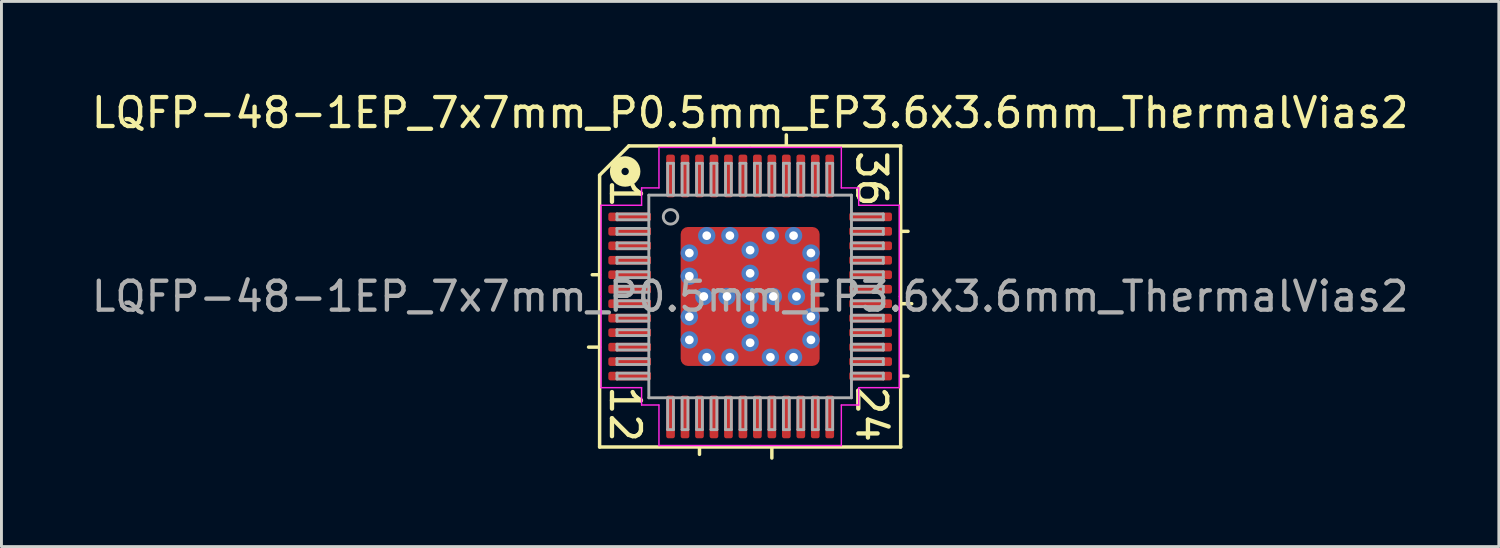
<source format=kicad_pcb>
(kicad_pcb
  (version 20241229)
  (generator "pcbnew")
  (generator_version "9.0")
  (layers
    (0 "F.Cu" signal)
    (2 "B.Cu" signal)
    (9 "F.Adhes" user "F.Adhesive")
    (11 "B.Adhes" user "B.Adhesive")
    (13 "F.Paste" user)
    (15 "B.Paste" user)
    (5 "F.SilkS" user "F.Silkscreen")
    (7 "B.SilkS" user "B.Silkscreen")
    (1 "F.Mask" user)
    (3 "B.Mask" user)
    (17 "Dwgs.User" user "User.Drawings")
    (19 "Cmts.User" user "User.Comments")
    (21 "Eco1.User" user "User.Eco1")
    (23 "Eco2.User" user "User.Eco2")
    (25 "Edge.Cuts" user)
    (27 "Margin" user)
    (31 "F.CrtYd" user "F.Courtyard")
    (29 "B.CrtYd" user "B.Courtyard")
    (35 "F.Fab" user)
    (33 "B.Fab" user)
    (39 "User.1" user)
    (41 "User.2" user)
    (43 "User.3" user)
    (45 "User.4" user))
  (footprint "LQFP-48-1EP_7x7mm_P0.5mm_EP3.6x3.6mm_ThermalVias2"
    (layer "F.Cu")
    (at 22.863 7.191)
    (property "Reference" "LQFP-48-1EP_7x7mm_P0.5mm_EP3.6x3.6mm_ThermalVias2" (at 0 -6.343 0) (layer "F.SilkS") (effects (font (size 1 1) (thickness 0.15))))
    (attr smd)
    (fp_line (start -5.2 -4.191) (end -5.2 5.2) (stroke (width 0.12) (type solid)) (layer "F.SilkS"))
    (fp_line (start -5.2 -0.75) (end -5.454 -0.75) (stroke (width 0.12) (type solid)) (layer "F.SilkS"))
    (fp_line (start -5.2 1.75) (end -5.581 1.75) (stroke (width 0.12) (type solid)) (layer "F.SilkS"))
    (fp_line (start -5.2 5.2) (end 5.2 5.2) (stroke (width 0.12) (type solid)) (layer "F.SilkS"))
    (fp_line (start -4.191 -5.2) (end -5.2 -4.191) (stroke (width 0.12) (type solid)) (layer "F.SilkS"))
    (fp_line (start -1.75 5.2) (end -1.75 5.454) (stroke (width 0.12) (type solid)) (layer "F.SilkS"))
    (fp_line (start -1.25 -5.2) (end -1.25 -5.454) (stroke (width 0.12) (type solid)) (layer "F.SilkS"))
    (fp_line (start 0.75 5.2) (end 0.75 5.581) (stroke (width 0.12) (type solid)) (layer "F.SilkS"))
    (fp_line (start 1.25 -5.2) (end 1.25 -5.581) (stroke (width 0.12) (type solid)) (layer "F.SilkS"))
    (fp_line (start 5.2 -5.2) (end -4.191 -5.2) (stroke (width 0.12) (type solid)) (layer "F.SilkS"))
    (fp_line (start 5.2 -2.25) (end 5.454 -2.25) (stroke (width 0.12) (type solid)) (layer "F.SilkS"))
    (fp_line (start 5.2 0.25) (end 5.581 0.25) (stroke (width 0.12) (type solid)) (layer "F.SilkS"))
    (fp_line (start 5.2 2.75) (end 5.454 2.75) (stroke (width 0.12) (type solid)) (layer "F.SilkS"))
    (fp_line (start 5.2 5.2) (end 5.2 -5.2) (stroke (width 0.12) (type solid)) (layer "F.SilkS"))
    (fp_circle (center -4.318 -4.318) (end -4.191 -4.318) (stroke (width 0.4) (type solid)) (fill no) (layer "F.SilkS"))
    (fp_line (start -5.15 -3.15) (end -5.15 0) (stroke (width 0.05) (type solid)) (layer "F.CrtYd"))
    (fp_line (start -5.15 3.15) (end -5.15 0) (stroke (width 0.05) (type solid)) (layer "F.CrtYd"))
    (fp_line (start -3.75 -3.75) (end -3.75 -3.15) (stroke (width 0.05) (type solid)) (layer "F.CrtYd"))
    (fp_line (start -3.75 -3.15) (end -5.15 -3.15) (stroke (width 0.05) (type solid)) (layer "F.CrtYd"))
    (fp_line (start -3.75 3.15) (end -5.15 3.15) (stroke (width 0.05) (type solid)) (layer "F.CrtYd"))
    (fp_line (start -3.75 3.75) (end -3.75 3.15) (stroke (width 0.05) (type solid)) (layer "F.CrtYd"))
    (fp_line (start -3.15 -5.15) (end -3.15 -3.75) (stroke (width 0.05) (type solid)) (layer "F.CrtYd"))
    (fp_line (start -3.15 -3.75) (end -3.75 -3.75) (stroke (width 0.05) (type solid)) (layer "F.CrtYd"))
    (fp_line (start -3.15 3.75) (end -3.75 3.75) (stroke (width 0.05) (type solid)) (layer "F.CrtYd"))
    (fp_line (start -3.15 5.15) (end -3.15 3.75) (stroke (width 0.05) (type solid)) (layer "F.CrtYd"))
    (fp_line (start 0 -5.15) (end -3.15 -5.15) (stroke (width 0.05) (type solid)) (layer "F.CrtYd"))
    (fp_line (start 0 -5.15) (end 3.15 -5.15) (stroke (width 0.05) (type solid)) (layer "F.CrtYd"))
    (fp_line (start 0 5.15) (end -3.15 5.15) (stroke (width 0.05) (type solid)) (layer "F.CrtYd"))
    (fp_line (start 0 5.15) (end 3.15 5.15) (stroke (width 0.05) (type solid)) (layer "F.CrtYd"))
    (fp_line (start 3.15 -5.15) (end 3.15 -3.75) (stroke (width 0.05) (type solid)) (layer "F.CrtYd"))
    (fp_line (start 3.15 -3.75) (end 3.75 -3.75) (stroke (width 0.05) (type solid)) (layer "F.CrtYd"))
    (fp_line (start 3.15 3.75) (end 3.75 3.75) (stroke (width 0.05) (type solid)) (layer "F.CrtYd"))
    (fp_line (start 3.15 5.15) (end 3.15 3.75) (stroke (width 0.05) (type solid)) (layer "F.CrtYd"))
    (fp_line (start 3.75 -3.75) (end 3.75 -3.15) (stroke (width 0.05) (type solid)) (layer "F.CrtYd"))
    (fp_line (start 3.75 -3.15) (end 5.15 -3.15) (stroke (width 0.05) (type solid)) (layer "F.CrtYd"))
    (fp_line (start 3.75 3.15) (end 5.15 3.15) (stroke (width 0.05) (type solid)) (layer "F.CrtYd"))
    (fp_line (start 3.75 3.75) (end 3.75 3.15) (stroke (width 0.05) (type solid)) (layer "F.CrtYd"))
    (fp_line (start 5.15 -3.15) (end 5.15 0) (stroke (width 0.05) (type solid)) (layer "F.CrtYd"))
    (fp_line (start 5.15 3.15) (end 5.15 0) (stroke (width 0.05) (type solid)) (layer "F.CrtYd"))
    (fp_line (start -4.6 -2.85) (end -4.6 -2.65) (stroke (width 0.1) (type solid)) (layer "F.Fab"))
    (fp_line (start -4.6 -2.85) (end -3.5 -2.85) (stroke (width 0.1) (type solid)) (layer "F.Fab"))
    (fp_line (start -4.6 -2.65) (end -3.5 -2.65) (stroke (width 0.1) (type solid)) (layer "F.Fab"))
    (fp_line (start -4.6 -2.35) (end -4.6 -2.15) (stroke (width 0.1) (type solid)) (layer "F.Fab"))
    (fp_line (start -4.6 -2.35) (end -3.5 -2.35) (stroke (width 0.1) (type solid)) (layer "F.Fab"))
    (fp_line (start -4.6 -2.15) (end -3.5 -2.15) (stroke (width 0.1) (type solid)) (layer "F.Fab"))
    (fp_line (start -4.6 -1.85) (end -4.6 -1.65) (stroke (width 0.1) (type solid)) (layer "F.Fab"))
    (fp_line (start -4.6 -1.85) (end -3.5 -1.85) (stroke (width 0.1) (type solid)) (layer "F.Fab"))
    (fp_line (start -4.6 -1.65) (end -3.5 -1.65) (stroke (width 0.1) (type solid)) (layer "F.Fab"))
    (fp_line (start -4.6 -1.35) (end -4.6 -1.15) (stroke (width 0.1) (type solid)) (layer "F.Fab"))
    (fp_line (start -4.6 -1.35) (end -3.5 -1.35) (stroke (width 0.1) (type solid)) (layer "F.Fab"))
    (fp_line (start -4.6 -1.15) (end -3.5 -1.15) (stroke (width 0.1) (type solid)) (layer "F.Fab"))
    (fp_line (start -4.6 -0.85) (end -4.6 -0.65) (stroke (width 0.1) (type solid)) (layer "F.Fab"))
    (fp_line (start -4.6 -0.85) (end -3.5 -0.85) (stroke (width 0.1) (type solid)) (layer "F.Fab"))
    (fp_line (start -4.6 -0.65) (end -3.5 -0.65) (stroke (width 0.1) (type solid)) (layer "F.Fab"))
    (fp_line (start -4.6 -0.35) (end -4.6 -0.15) (stroke (width 0.1) (type solid)) (layer "F.Fab"))
    (fp_line (start -4.6 -0.35) (end -3.5 -0.35) (stroke (width 0.1) (type solid)) (layer "F.Fab"))
    (fp_line (start -4.6 -0.15) (end -3.5 -0.15) (stroke (width 0.1) (type solid)) (layer "F.Fab"))
    (fp_line (start -4.6 0.15) (end -4.6 0.35) (stroke (width 0.1) (type solid)) (layer "F.Fab"))
    (fp_line (start -4.6 0.15) (end -3.5 0.15) (stroke (width 0.1) (type solid)) (layer "F.Fab"))
    (fp_line (start -4.6 0.35) (end -3.5 0.35) (stroke (width 0.1) (type solid)) (layer "F.Fab"))
    (fp_line (start -4.6 0.65) (end -4.6 0.85) (stroke (width 0.1) (type solid)) (layer "F.Fab"))
    (fp_line (start -4.6 0.65) (end -3.5 0.65) (stroke (width 0.1) (type solid)) (layer "F.Fab"))
    (fp_line (start -4.6 0.85) (end -3.5 0.85) (stroke (width 0.1) (type solid)) (layer "F.Fab"))
    (fp_line (start -4.6 1.15) (end -4.6 1.35) (stroke (width 0.1) (type solid)) (layer "F.Fab"))
    (fp_line (start -4.6 1.15) (end -3.5 1.15) (stroke (width 0.1) (type solid)) (layer "F.Fab"))
    (fp_line (start -4.6 1.35) (end -3.5 1.35) (stroke (width 0.1) (type solid)) (layer "F.Fab"))
    (fp_line (start -4.6 1.65) (end -4.6 1.85) (stroke (width 0.1) (type solid)) (layer "F.Fab"))
    (fp_line (start -4.6 1.65) (end -3.5 1.65) (stroke (width 0.1) (type solid)) (layer "F.Fab"))
    (fp_line (start -4.6 1.85) (end -3.5 1.85) (stroke (width 0.1) (type solid)) (layer "F.Fab"))
    (fp_line (start -4.6 2.15) (end -4.6 2.35) (stroke (width 0.1) (type solid)) (layer "F.Fab"))
    (fp_line (start -4.6 2.15) (end -3.5 2.15) (stroke (width 0.1) (type solid)) (layer "F.Fab"))
    (fp_line (start -4.6 2.35) (end -3.5 2.35) (stroke (width 0.1) (type solid)) (layer "F.Fab"))
    (fp_line (start -4.6 2.65) (end -4.6 2.85) (stroke (width 0.1) (type solid)) (layer "F.Fab"))
    (fp_line (start -4.6 2.65) (end -3.5 2.65) (stroke (width 0.1) (type solid)) (layer "F.Fab"))
    (fp_line (start -4.6 2.85) (end -3.5 2.85) (stroke (width 0.1) (type solid)) (layer "F.Fab"))
    (fp_line (start -3.5 -3.5) (end 3.5 -3.5) (stroke (width 0.1) (type solid)) (layer "F.Fab"))
    (fp_line (start -3.5 3.5) (end -3.5 -3.5) (stroke (width 0.1) (type solid)) (layer "F.Fab"))
    (fp_line (start -2.85 -4.6) (end -2.85 -3.5) (stroke (width 0.1) (type solid)) (layer "F.Fab"))
    (fp_line (start -2.85 4.6) (end -2.85 3.5) (stroke (width 0.1) (type solid)) (layer "F.Fab"))
    (fp_line (start -2.85 4.6) (end -2.65 4.6) (stroke (width 0.1) (type solid)) (layer "F.Fab"))
    (fp_line (start -2.65 -4.6) (end -2.85 -4.6) (stroke (width 0.1) (type solid)) (layer "F.Fab"))
    (fp_line (start -2.65 -4.6) (end -2.65 -3.5) (stroke (width 0.1) (type solid)) (layer "F.Fab"))
    (fp_line (start -2.65 4.6) (end -2.65 3.5) (stroke (width 0.1) (type solid)) (layer "F.Fab"))
    (fp_line (start -2.35 -4.6) (end -2.35 -3.5) (stroke (width 0.1) (type solid)) (layer "F.Fab"))
    (fp_line (start -2.35 4.6) (end -2.35 3.5) (stroke (width 0.1) (type solid)) (layer "F.Fab"))
    (fp_line (start -2.35 4.6) (end -2.15 4.6) (stroke (width 0.1) (type solid)) (layer "F.Fab"))
    (fp_line (start -2.15 -4.6) (end -2.35 -4.6) (stroke (width 0.1) (type solid)) (layer "F.Fab"))
    (fp_line (start -2.15 -4.6) (end -2.15 -3.5) (stroke (width 0.1) (type solid)) (layer "F.Fab"))
    (fp_line (start -2.15 4.6) (end -2.15 3.5) (stroke (width 0.1) (type solid)) (layer "F.Fab"))
    (fp_line (start -1.85 -4.6) (end -1.85 -3.5) (stroke (width 0.1) (type solid)) (layer "F.Fab"))
    (fp_line (start -1.85 4.6) (end -1.85 3.5) (stroke (width 0.1) (type solid)) (layer "F.Fab"))
    (fp_line (start -1.85 4.6) (end -1.65 4.6) (stroke (width 0.1) (type solid)) (layer "F.Fab"))
    (fp_line (start -1.65 -4.6) (end -1.85 -4.6) (stroke (width 0.1) (type solid)) (layer "F.Fab"))
    (fp_line (start -1.65 -4.6) (end -1.65 -3.5) (stroke (width 0.1) (type solid)) (layer "F.Fab"))
    (fp_line (start -1.65 4.6) (end -1.65 3.5) (stroke (width 0.1) (type solid)) (layer "F.Fab"))
    (fp_line (start -1.35 -4.6) (end -1.35 -3.5) (stroke (width 0.1) (type solid)) (layer "F.Fab"))
    (fp_line (start -1.35 4.6) (end -1.35 3.5) (stroke (width 0.1) (type solid)) (layer "F.Fab"))
    (fp_line (start -1.35 4.6) (end -1.15 4.6) (stroke (width 0.1) (type solid)) (layer "F.Fab"))
    (fp_line (start -1.15 -4.6) (end -1.35 -4.6) (stroke (width 0.1) (type solid)) (layer "F.Fab"))
    (fp_line (start -1.15 -4.6) (end -1.15 -3.5) (stroke (width 0.1) (type solid)) (layer "F.Fab"))
    (fp_line (start -1.15 4.6) (end -1.15 3.5) (stroke (width 0.1) (type solid)) (layer "F.Fab"))
    (fp_line (start -0.85 -4.6) (end -0.85 -3.5) (stroke (width 0.1) (type solid)) (layer "F.Fab"))
    (fp_line (start -0.85 4.6) (end -0.85 3.5) (stroke (width 0.1) (type solid)) (layer "F.Fab"))
    (fp_line (start -0.85 4.6) (end -0.65 4.6) (stroke (width 0.1) (type solid)) (layer "F.Fab"))
    (fp_line (start -0.65 -4.6) (end -0.85 -4.6) (stroke (width 0.1) (type solid)) (layer "F.Fab"))
    (fp_line (start -0.65 -4.6) (end -0.65 -3.5) (stroke (width 0.1) (type solid)) (layer "F.Fab"))
    (fp_line (start -0.65 4.6) (end -0.65 3.5) (stroke (width 0.1) (type solid)) (layer "F.Fab"))
    (fp_line (start -0.35 -4.6) (end -0.35 -3.5) (stroke (width 0.1) (type solid)) (layer "F.Fab"))
    (fp_line (start -0.35 4.6) (end -0.35 3.5) (stroke (width 0.1) (type solid)) (layer "F.Fab"))
    (fp_line (start -0.35 4.6) (end -0.15 4.6) (stroke (width 0.1) (type solid)) (layer "F.Fab"))
    (fp_line (start -0.15 -4.6) (end -0.35 -4.6) (stroke (width 0.1) (type solid)) (layer "F.Fab"))
    (fp_line (start -0.15 -4.6) (end -0.15 -3.5) (stroke (width 0.1) (type solid)) (layer "F.Fab"))
    (fp_line (start -0.15 4.6) (end -0.15 3.5) (stroke (width 0.1) (type solid)) (layer "F.Fab"))
    (fp_line (start 0.15 -4.6) (end 0.15 -3.5) (stroke (width 0.1) (type solid)) (layer "F.Fab"))
    (fp_line (start 0.15 4.6) (end 0.15 3.5) (stroke (width 0.1) (type solid)) (layer "F.Fab"))
    (fp_line (start 0.15 4.6) (end 0.35 4.6) (stroke (width 0.1) (type solid)) (layer "F.Fab"))
    (fp_line (start 0.35 -4.6) (end 0.15 -4.6) (stroke (width 0.1) (type solid)) (layer "F.Fab"))
    (fp_line (start 0.35 -4.6) (end 0.35 -3.5) (stroke (width 0.1) (type solid)) (layer "F.Fab"))
    (fp_line (start 0.35 4.6) (end 0.35 3.5) (stroke (width 0.1) (type solid)) (layer "F.Fab"))
    (fp_line (start 0.65 -4.6) (end 0.65 -3.5) (stroke (width 0.1) (type solid)) (layer "F.Fab"))
    (fp_line (start 0.65 4.6) (end 0.65 3.5) (stroke (width 0.1) (type solid)) (layer "F.Fab"))
    (fp_line (start 0.65 4.6) (end 0.85 4.6) (stroke (width 0.1) (type solid)) (layer "F.Fab"))
    (fp_line (start 0.85 -4.6) (end 0.65 -4.6) (stroke (width 0.1) (type solid)) (layer "F.Fab"))
    (fp_line (start 0.85 -4.6) (end 0.85 -3.5) (stroke (width 0.1) (type solid)) (layer "F.Fab"))
    (fp_line (start 0.85 4.6) (end 0.85 3.5) (stroke (width 0.1) (type solid)) (layer "F.Fab"))
    (fp_line (start 1.15 -4.6) (end 1.15 -3.5) (stroke (width 0.1) (type solid)) (layer "F.Fab"))
    (fp_line (start 1.15 4.6) (end 1.15 3.5) (stroke (width 0.1) (type solid)) (layer "F.Fab"))
    (fp_line (start 1.15 4.6) (end 1.35 4.6) (stroke (width 0.1) (type solid)) (layer "F.Fab"))
    (fp_line (start 1.35 -4.6) (end 1.15 -4.6) (stroke (width 0.1) (type solid)) (layer "F.Fab"))
    (fp_line (start 1.35 -4.6) (end 1.35 -3.5) (stroke (width 0.1) (type solid)) (layer "F.Fab"))
    (fp_line (start 1.35 4.6) (end 1.35 3.5) (stroke (width 0.1) (type solid)) (layer "F.Fab"))
    (fp_line (start 1.65 -4.6) (end 1.65 -3.5) (stroke (width 0.1) (type solid)) (layer "F.Fab"))
    (fp_line (start 1.65 4.6) (end 1.65 3.5) (stroke (width 0.1) (type solid)) (layer "F.Fab"))
    (fp_line (start 1.65 4.6) (end 1.85 4.6) (stroke (width 0.1) (type solid)) (layer "F.Fab"))
    (fp_line (start 1.85 -4.6) (end 1.65 -4.6) (stroke (width 0.1) (type solid)) (layer "F.Fab"))
    (fp_line (start 1.85 -4.6) (end 1.85 -3.5) (stroke (width 0.1) (type solid)) (layer "F.Fab"))
    (fp_line (start 1.85 4.6) (end 1.85 3.5) (stroke (width 0.1) (type solid)) (layer "F.Fab"))
    (fp_line (start 2.15 -4.6) (end 2.15 -3.5) (stroke (width 0.1) (type solid)) (layer "F.Fab"))
    (fp_line (start 2.15 4.6) (end 2.15 3.5) (stroke (width 0.1) (type solid)) (layer "F.Fab"))
    (fp_line (start 2.15 4.6) (end 2.35 4.6) (stroke (width 0.1) (type solid)) (layer "F.Fab"))
    (fp_line (start 2.35 -4.6) (end 2.15 -4.6) (stroke (width 0.1) (type solid)) (layer "F.Fab"))
    (fp_line (start 2.35 -4.6) (end 2.35 -3.5) (stroke (width 0.1) (type solid)) (layer "F.Fab"))
    (fp_line (start 2.35 4.6) (end 2.35 3.5) (stroke (width 0.1) (type solid)) (layer "F.Fab"))
    (fp_line (start 2.65 -4.6) (end 2.65 -3.5) (stroke (width 0.1) (type solid)) (layer "F.Fab"))
    (fp_line (start 2.65 4.6) (end 2.65 3.5) (stroke (width 0.1) (type solid)) (layer "F.Fab"))
    (fp_line (start 2.65 4.6) (end 2.85 4.6) (stroke (width 0.1) (type solid)) (layer "F.Fab"))
    (fp_line (start 2.85 -4.6) (end 2.65 -4.6) (stroke (width 0.1) (type solid)) (layer "F.Fab"))
    (fp_line (start 2.85 -4.6) (end 2.85 -3.5) (stroke (width 0.1) (type solid)) (layer "F.Fab"))
    (fp_line (start 2.85 4.6) (end 2.85 3.5) (stroke (width 0.1) (type solid)) (layer "F.Fab"))
    (fp_line (start 3.5 -3.5) (end 3.5 3.5) (stroke (width 0.1) (type solid)) (layer "F.Fab"))
    (fp_line (start 3.5 3.5) (end -3.5 3.5) (stroke (width 0.1) (type solid)) (layer "F.Fab"))
    (fp_line (start 4.6 -2.85) (end 3.5 -2.85) (stroke (width 0.1) (type solid)) (layer "F.Fab"))
    (fp_line (start 4.6 -2.65) (end 3.5 -2.65) (stroke (width 0.1) (type solid)) (layer "F.Fab"))
    (fp_line (start 4.6 -2.65) (end 4.6 -2.85) (stroke (width 0.1) (type solid)) (layer "F.Fab"))
    (fp_line (start 4.6 -2.35) (end 3.5 -2.35) (stroke (width 0.1) (type solid)) (layer "F.Fab"))
    (fp_line (start 4.6 -2.15) (end 3.5 -2.15) (stroke (width 0.1) (type solid)) (layer "F.Fab"))
    (fp_line (start 4.6 -2.15) (end 4.6 -2.35) (stroke (width 0.1) (type solid)) (layer "F.Fab"))
    (fp_line (start 4.6 -1.85) (end 3.5 -1.85) (stroke (width 0.1) (type solid)) (layer "F.Fab"))
    (fp_line (start 4.6 -1.65) (end 3.5 -1.65) (stroke (width 0.1) (type solid)) (layer "F.Fab"))
    (fp_line (start 4.6 -1.65) (end 4.6 -1.85) (stroke (width 0.1) (type solid)) (layer "F.Fab"))
    (fp_line (start 4.6 -1.35) (end 3.5 -1.35) (stroke (width 0.1) (type solid)) (layer "F.Fab"))
    (fp_line (start 4.6 -1.15) (end 3.5 -1.15) (stroke (width 0.1) (type solid)) (layer "F.Fab"))
    (fp_line (start 4.6 -1.15) (end 4.6 -1.35) (stroke (width 0.1) (type solid)) (layer "F.Fab"))
    (fp_line (start 4.6 -0.85) (end 3.5 -0.85) (stroke (width 0.1) (type solid)) (layer "F.Fab"))
    (fp_line (start 4.6 -0.65) (end 3.5 -0.65) (stroke (width 0.1) (type solid)) (layer "F.Fab"))
    (fp_line (start 4.6 -0.65) (end 4.6 -0.85) (stroke (width 0.1) (type solid)) (layer "F.Fab"))
    (fp_line (start 4.6 -0.35) (end 3.5 -0.35) (stroke (width 0.1) (type solid)) (layer "F.Fab"))
    (fp_line (start 4.6 -0.15) (end 3.5 -0.15) (stroke (width 0.1) (type solid)) (layer "F.Fab"))
    (fp_line (start 4.6 -0.15) (end 4.6 -0.35) (stroke (width 0.1) (type solid)) (layer "F.Fab"))
    (fp_line (start 4.6 0.15) (end 3.5 0.15) (stroke (width 0.1) (type solid)) (layer "F.Fab"))
    (fp_line (start 4.6 0.35) (end 3.5 0.35) (stroke (width 0.1) (type solid)) (layer "F.Fab"))
    (fp_line (start 4.6 0.35) (end 4.6 0.15) (stroke (width 0.1) (type solid)) (layer "F.Fab"))
    (fp_line (start 4.6 0.65) (end 3.5 0.65) (stroke (width 0.1) (type solid)) (layer "F.Fab"))
    (fp_line (start 4.6 0.85) (end 3.5 0.85) (stroke (width 0.1) (type solid)) (layer "F.Fab"))
    (fp_line (start 4.6 0.85) (end 4.6 0.65) (stroke (width 0.1) (type solid)) (layer "F.Fab"))
    (fp_line (start 4.6 1.15) (end 3.5 1.15) (stroke (width 0.1) (type solid)) (layer "F.Fab"))
    (fp_line (start 4.6 1.35) (end 3.5 1.35) (stroke (width 0.1) (type solid)) (layer "F.Fab"))
    (fp_line (start 4.6 1.35) (end 4.6 1.15) (stroke (width 0.1) (type solid)) (layer "F.Fab"))
    (fp_line (start 4.6 1.65) (end 3.5 1.65) (stroke (width 0.1) (type solid)) (layer "F.Fab"))
    (fp_line (start 4.6 1.85) (end 3.5 1.85) (stroke (width 0.1) (type solid)) (layer "F.Fab"))
    (fp_line (start 4.6 1.85) (end 4.6 1.65) (stroke (width 0.1) (type solid)) (layer "F.Fab"))
    (fp_line (start 4.6 2.15) (end 3.5 2.15) (stroke (width 0.1) (type solid)) (layer "F.Fab"))
    (fp_line (start 4.6 2.35) (end 3.5 2.35) (stroke (width 0.1) (type solid)) (layer "F.Fab"))
    (fp_line (start 4.6 2.35) (end 4.6 2.15) (stroke (width 0.1) (type solid)) (layer "F.Fab"))
    (fp_line (start 4.6 2.65) (end 3.5 2.65) (stroke (width 0.1) (type solid)) (layer "F.Fab"))
    (fp_line (start 4.6 2.85) (end 3.5 2.85) (stroke (width 0.1) (type solid)) (layer "F.Fab"))
    (fp_line (start 4.6 2.85) (end 4.6 2.65) (stroke (width 0.1) (type solid)) (layer "F.Fab"))
    (fp_circle (center -2.75 -2.75) (end -2.5 -2.75) (stroke (width 0.1) (type solid)) (fill no) (layer "F.Fab"))
    (fp_text user "24" (at 4.191 4.064 270) (unlocked yes) (layer "F.SilkS") (effects (font (size 1 1) (thickness 0.15))))
    (fp_text user "12" (at -4.318 4.064 270) (unlocked yes) (layer "F.SilkS") (effects (font (size 1 1) (thickness 0.15))))
    (fp_text user "36" (at 4.191 -4.064 270) (unlocked yes) (layer "F.SilkS") (effects (font (size 1 1) (thickness 0.15))))
    (fp_text user "1" (at -4.318 -3.556 270) (unlocked yes) (layer "F.SilkS") (effects (font (size 1 1) (thickness 0.15))))
    (fp_text user "${REFERENCE}" (at 0 0 0) (layer "F.Fab") (effects (font (size 1 1) (thickness 0.15))))
    (pad "" smd roundrect (at -1.4 -1.4 90) (size 0.55 0.55) (layers "F.Paste") (roundrect_rratio 0.25))
    (pad "" smd roundrect (at -1.4 -0.65 90) (size 0.55 0.55) (layers "F.Paste") (roundrect_rratio 0.25))
    (pad "" smd roundrect (at -1.4 0.65 90) (size 0.55 0.55) (layers "F.Paste") (roundrect_rratio 0.25))
    (pad "" smd roundrect (at -1.4 1.4 90) (size 0.55 0.55) (layers "F.Paste") (roundrect_rratio 0.25))
    (pad "" smd roundrect (at -1.05 -1.05) (size 1.5 1.5) (layers "F.Mask") (roundrect_rratio 0.167))
    (pad "" smd roundrect (at -1.05 1.05) (size 1.5 1.5) (layers "F.Mask") (roundrect_rratio 0.167))
    (pad "" smd roundrect (at -0.65 -1.4 90) (size 0.55 0.55) (layers "F.Paste") (roundrect_rratio 0.25))
    (pad "" smd roundrect (at -0.65 -0.65 90) (size 0.55 0.55) (layers "F.Paste") (roundrect_rratio 0.25))
    (pad "" smd roundrect (at -0.65 0.65 90) (size 0.55 0.55) (layers "F.Paste") (roundrect_rratio 0.25))
    (pad "" smd roundrect (at -0.65 1.4 90) (size 0.55 0.55) (layers "F.Paste") (roundrect_rratio 0.25))
    (pad "" smd roundrect (at 0.65 -1.4 90) (size 0.55 0.55) (layers "F.Paste") (roundrect_rratio 0.25))
    (pad "" smd roundrect (at 0.65 -0.65 90) (size 0.55 0.55) (layers "F.Paste") (roundrect_rratio 0.25))
    (pad "" smd roundrect (at 0.65 0.65 90) (size 0.55 0.55) (layers "F.Paste") (roundrect_rratio 0.25))
    (pad "" smd roundrect (at 0.65 1.4 90) (size 0.55 0.55) (layers "F.Paste") (roundrect_rratio 0.25))
    (pad "" smd roundrect (at 1.05 -1.05) (size 1.5 1.5) (layers "F.Mask") (roundrect_rratio 0.167))
    (pad "" smd roundrect (at 1.05 1.05) (size 1.5 1.5) (layers "F.Mask") (roundrect_rratio 0.167))
    (pad "" smd roundrect (at 1.4 -1.4 90) (size 0.55 0.55) (layers "F.Paste") (roundrect_rratio 0.25))
    (pad "" smd roundrect (at 1.4 -0.65 90) (size 0.55 0.55) (layers "F.Paste") (roundrect_rratio 0.25))
    (pad "" smd roundrect (at 1.4 0.65 90) (size 0.55 0.55) (layers "F.Paste") (roundrect_rratio 0.25))
    (pad "" smd roundrect (at 1.4 1.4 90) (size 0.55 0.55) (layers "F.Paste") (roundrect_rratio 0.25))
    (pad "1" smd roundrect (at -4.162 -2.75) (size 1.475 0.3) (layers "F.Cu" "F.Mask" "F.Paste") (roundrect_rratio 0.25))
    (pad "2" smd roundrect (at -4.162 -2.25) (size 1.475 0.3) (layers "F.Cu" "F.Mask" "F.Paste") (roundrect_rratio 0.25))
    (pad "3" smd roundrect (at -4.162 -1.75) (size 1.475 0.3) (layers "F.Cu" "F.Mask" "F.Paste") (roundrect_rratio 0.25))
    (pad "4" smd roundrect (at -4.162 -1.25) (size 1.475 0.3) (layers "F.Cu" "F.Mask" "F.Paste") (roundrect_rratio 0.25))
    (pad "5" smd roundrect (at -4.162 -0.75) (size 1.475 0.3) (layers "F.Cu" "F.Mask" "F.Paste") (roundrect_rratio 0.25))
    (pad "6" smd roundrect (at -4.162 -0.25) (size 1.475 0.3) (layers "F.Cu" "F.Mask" "F.Paste") (roundrect_rratio 0.25))
    (pad "7" smd roundrect (at -4.162 0.25) (size 1.475 0.3) (layers "F.Cu" "F.Mask" "F.Paste") (roundrect_rratio 0.25))
    (pad "8" smd roundrect (at -4.162 0.75) (size 1.475 0.3) (layers "F.Cu" "F.Mask" "F.Paste") (roundrect_rratio 0.25))
    (pad "9" smd roundrect (at -4.162 1.25) (size 1.475 0.3) (layers "F.Cu" "F.Mask" "F.Paste") (roundrect_rratio 0.25))
    (pad "10" smd roundrect (at -4.162 1.75) (size 1.475 0.3) (layers "F.Cu" "F.Mask" "F.Paste") (roundrect_rratio 0.25))
    (pad "11" smd roundrect (at -4.162 2.25) (size 1.475 0.3) (layers "F.Cu" "F.Mask" "F.Paste") (roundrect_rratio 0.25))
    (pad "12" smd roundrect (at -4.162 2.75) (size 1.475 0.3) (layers "F.Cu" "F.Mask" "F.Paste") (roundrect_rratio 0.25))
    (pad "13" smd roundrect (at -2.75 4.162) (size 0.3 1.475) (layers "F.Cu" "F.Mask" "F.Paste") (roundrect_rratio 0.25))
    (pad "14" smd roundrect (at -2.25 4.162) (size 0.3 1.475) (layers "F.Cu" "F.Mask" "F.Paste") (roundrect_rratio 0.25))
    (pad "15" smd roundrect (at -1.75 4.162) (size 0.3 1.475) (layers "F.Cu" "F.Mask" "F.Paste") (roundrect_rratio 0.25))
    (pad "16" smd roundrect (at -1.25 4.162) (size 0.3 1.475) (layers "F.Cu" "F.Mask" "F.Paste") (roundrect_rratio 0.25))
    (pad "17" smd roundrect (at -0.75 4.162) (size 0.3 1.475) (layers "F.Cu" "F.Mask" "F.Paste") (roundrect_rratio 0.25))
    (pad "18" smd roundrect (at -0.25 4.162) (size 0.3 1.475) (layers "F.Cu" "F.Mask" "F.Paste") (roundrect_rratio 0.25))
    (pad "19" smd roundrect (at 0.25 4.162) (size 0.3 1.475) (layers "F.Cu" "F.Mask" "F.Paste") (roundrect_rratio 0.25))
    (pad "20" smd roundrect (at 0.75 4.162) (size 0.3 1.475) (layers "F.Cu" "F.Mask" "F.Paste") (roundrect_rratio 0.25))
    (pad "21" smd roundrect (at 1.25 4.162) (size 0.3 1.475) (layers "F.Cu" "F.Mask" "F.Paste") (roundrect_rratio 0.25))
    (pad "22" smd roundrect (at 1.75 4.162) (size 0.3 1.475) (layers "F.Cu" "F.Mask" "F.Paste") (roundrect_rratio 0.25))
    (pad "23" smd roundrect (at 2.25 4.162) (size 0.3 1.475) (layers "F.Cu" "F.Mask" "F.Paste") (roundrect_rratio 0.25))
    (pad "24" smd roundrect (at 2.75 4.162) (size 0.3 1.475) (layers "F.Cu" "F.Mask" "F.Paste") (roundrect_rratio 0.25))
    (pad "25" smd roundrect (at 4.162 2.75) (size 1.475 0.3) (layers "F.Cu" "F.Mask" "F.Paste") (roundrect_rratio 0.25))
    (pad "26" smd roundrect (at 4.162 2.25) (size 1.475 0.3) (layers "F.Cu" "F.Mask" "F.Paste") (roundrect_rratio 0.25))
    (pad "27" smd roundrect (at 4.162 1.75) (size 1.475 0.3) (layers "F.Cu" "F.Mask" "F.Paste") (roundrect_rratio 0.25))
    (pad "28" smd roundrect (at 4.162 1.25) (size 1.475 0.3) (layers "F.Cu" "F.Mask" "F.Paste") (roundrect_rratio 0.25))
    (pad "29" smd roundrect (at 4.162 0.75) (size 1.475 0.3) (layers "F.Cu" "F.Mask" "F.Paste") (roundrect_rratio 0.25))
    (pad "30" smd roundrect (at 4.162 0.25) (size 1.475 0.3) (layers "F.Cu" "F.Mask" "F.Paste") (roundrect_rratio 0.25))
    (pad "31" smd roundrect (at 4.162 -0.25) (size 1.475 0.3) (layers "F.Cu" "F.Mask" "F.Paste") (roundrect_rratio 0.25))
    (pad "32" smd roundrect (at 4.162 -0.75) (size 1.475 0.3) (layers "F.Cu" "F.Mask" "F.Paste") (roundrect_rratio 0.25))
    (pad "33" smd roundrect (at 4.162 -1.25) (size 1.475 0.3) (layers "F.Cu" "F.Mask" "F.Paste") (roundrect_rratio 0.25))
    (pad "34" smd roundrect (at 4.162 -1.75) (size 1.475 0.3) (layers "F.Cu" "F.Mask" "F.Paste") (roundrect_rratio 0.25))
    (pad "35" smd roundrect (at 4.162 -2.25) (size 1.475 0.3) (layers "F.Cu" "F.Mask" "F.Paste") (roundrect_rratio 0.25))
    (pad "36" smd roundrect (at 4.162 -2.75) (size 1.475 0.3) (layers "F.Cu" "F.Mask" "F.Paste") (roundrect_rratio 0.25))
    (pad "37" smd roundrect (at 2.75 -4.162) (size 0.3 1.475) (layers "F.Cu" "F.Mask" "F.Paste") (roundrect_rratio 0.25))
    (pad "38" smd roundrect (at 2.25 -4.162) (size 0.3 1.475) (layers "F.Cu" "F.Mask" "F.Paste") (roundrect_rratio 0.25))
    (pad "39" smd roundrect (at 1.75 -4.162) (size 0.3 1.475) (layers "F.Cu" "F.Mask" "F.Paste") (roundrect_rratio 0.25))
    (pad "40" smd roundrect (at 1.25 -4.162) (size 0.3 1.475) (layers "F.Cu" "F.Mask" "F.Paste") (roundrect_rratio 0.25))
    (pad "41" smd roundrect (at 0.75 -4.162) (size 0.3 1.475) (layers "F.Cu" "F.Mask" "F.Paste") (roundrect_rratio 0.25))
    (pad "42" smd roundrect (at 0.25 -4.162) (size 0.3 1.475) (layers "F.Cu" "F.Mask" "F.Paste") (roundrect_rratio 0.25))
    (pad "43" smd roundrect (at -0.25 -4.162) (size 0.3 1.475) (layers "F.Cu" "F.Mask" "F.Paste") (roundrect_rratio 0.25))
    (pad "44" smd roundrect (at -0.75 -4.162) (size 0.3 1.475) (layers "F.Cu" "F.Mask" "F.Paste") (roundrect_rratio 0.25))
    (pad "45" smd roundrect (at -1.25 -4.162) (size 0.3 1.475) (layers "F.Cu" "F.Mask" "F.Paste") (roundrect_rratio 0.25))
    (pad "46" smd roundrect (at -1.75 -4.162) (size 0.3 1.475) (layers "F.Cu" "F.Mask" "F.Paste") (roundrect_rratio 0.25))
    (pad "47" smd roundrect (at -2.25 -4.162) (size 0.3 1.475) (layers "F.Cu" "F.Mask" "F.Paste") (roundrect_rratio 0.25))
    (pad "48" smd roundrect (at -2.75 -4.162) (size 0.3 1.475) (layers "F.Cu" "F.Mask" "F.Paste") (roundrect_rratio 0.25))
    (pad "49" thru_hole circle (at -2.1 -1.5) (size 0.6 0.6) (drill 0.3) (property pad_prop_heatsink) (layers "*.Cu" "*.Mask"))
    (pad "49" thru_hole circle (at -2.1 -0.7) (size 0.6 0.6) (drill 0.3) (property pad_prop_heatsink) (layers "*.Cu" "*.Mask"))
    (pad "49" thru_hole circle (at -2.1 0.7) (size 0.6 0.6) (drill 0.3) (property pad_prop_heatsink) (layers "*.Cu" "*.Mask"))
    (pad "49" thru_hole circle (at -2.1 1.5) (size 0.6 0.6) (drill 0.3) (property pad_prop_heatsink) (layers "*.Cu" "*.Mask"))
    (pad "49" thru_hole circle (at -1.6 0) (size 0.6 0.6) (drill 0.3) (property pad_prop_heatsink) (layers "*.Cu" "*.Mask"))
    (pad "49" thru_hole circle (at -1.5 -2.1) (size 0.6 0.6) (drill 0.3) (property pad_prop_heatsink) (layers "*.Cu" "*.Mask"))
    (pad "49" thru_hole circle (at -1.5 2.1) (size 0.6 0.6) (drill 0.3) (property pad_prop_heatsink) (layers "*.Cu" "*.Mask"))
    (pad "49" thru_hole circle (at -0.8 0) (size 0.6 0.6) (drill 0.3) (property pad_prop_heatsink) (layers "*.Cu" "*.Mask"))
    (pad "49" thru_hole circle (at -0.7 -2.1) (size 0.6 0.6) (drill 0.3) (property pad_prop_heatsink) (layers "*.Cu" "*.Mask"))
    (pad "49" thru_hole circle (at -0.7 2.1) (size 0.6 0.6) (drill 0.3) (property pad_prop_heatsink) (layers "*.Cu" "*.Mask"))
    (pad "49" thru_hole circle (at 0 -1.6) (size 0.6 0.6) (drill 0.3) (property pad_prop_heatsink) (layers "*.Cu" "*.Mask"))
    (pad "49" thru_hole circle (at 0 -0.8) (size 0.6 0.6) (drill 0.3) (property pad_prop_heatsink) (layers "*.Cu" "*.Mask"))
    (pad "49" thru_hole circle (at 0 0) (size 0.6 0.6) (drill 0.3) (property pad_prop_heatsink) (layers "*.Cu" "*.Mask"))
    (pad "49" smd roundrect (at 0 0) (size 4.8 4.8) (layers "F.Cu") (roundrect_rratio 0.052))
    (pad "49" thru_hole circle (at 0 0.8) (size 0.6 0.6) (drill 0.3) (property pad_prop_heatsink) (layers "*.Cu" "*.Mask"))
    (pad "49" thru_hole circle (at 0 1.6) (size 0.6 0.6) (drill 0.3) (property pad_prop_heatsink) (layers "*.Cu" "*.Mask"))
    (pad "49" thru_hole circle (at 0.7 -2.1) (size 0.6 0.6) (drill 0.3) (property pad_prop_heatsink) (layers "*.Cu" "*.Mask"))
    (pad "49" thru_hole circle (at 0.7 2.1) (size 0.6 0.6) (drill 0.3) (property pad_prop_heatsink) (layers "*.Cu" "*.Mask"))
    (pad "49" thru_hole circle (at 0.8 0) (size 0.6 0.6) (drill 0.3) (property pad_prop_heatsink) (layers "*.Cu" "*.Mask"))
    (pad "49" thru_hole circle (at 1.5 -2.1) (size 0.6 0.6) (drill 0.3) (property pad_prop_heatsink) (layers "*.Cu" "*.Mask"))
    (pad "49" thru_hole circle (at 1.5 2.1) (size 0.6 0.6) (drill 0.3) (property pad_prop_heatsink) (layers "*.Cu" "*.Mask"))
    (pad "49" thru_hole circle (at 1.6 0) (size 0.6 0.6) (drill 0.3) (property pad_prop_heatsink) (layers "*.Cu" "*.Mask"))
    (pad "49" thru_hole circle (at 2.1 -1.5) (size 0.6 0.6) (drill 0.3) (property pad_prop_heatsink) (layers "*.Cu" "*.Mask"))
    (pad "49" thru_hole circle (at 2.1 -0.7) (size 0.6 0.6) (drill 0.3) (property pad_prop_heatsink) (layers "*.Cu" "*.Mask"))
    (pad "49" thru_hole circle (at 2.1 0.7) (size 0.6 0.6) (drill 0.3) (property pad_prop_heatsink) (layers "*.Cu" "*.Mask"))
    (pad "49" thru_hole circle (at 2.1 1.5) (size 0.6 0.6) (drill 0.3) (property pad_prop_heatsink) (layers "*.Cu" "*.Mask")))
  (gr_rect
    (start -3 -3)
    (end 48.726 15.832)
    (stroke (width 0.1) (type default))
    (fill no)
    (layer "Edge.Cuts")))
</source>
